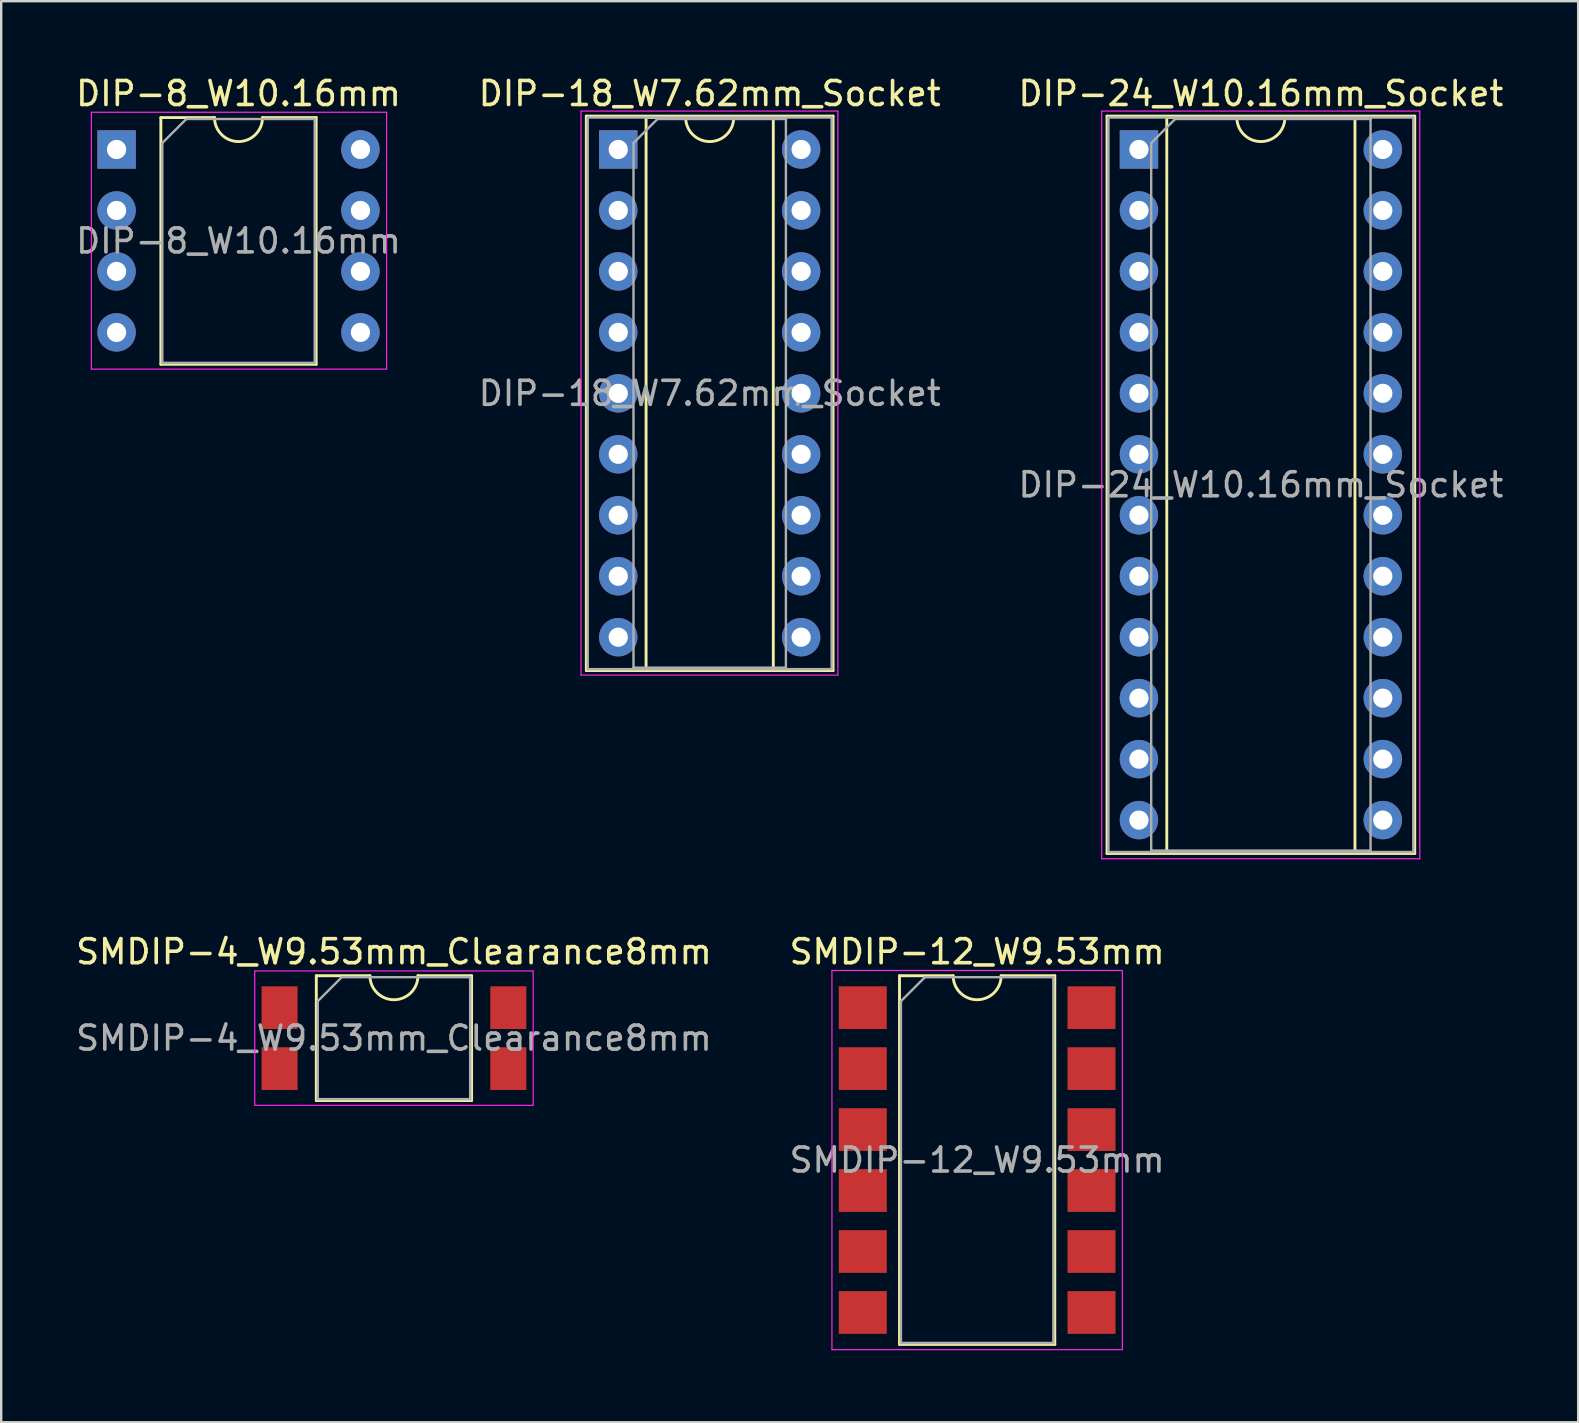
<source format=kicad_pcb>
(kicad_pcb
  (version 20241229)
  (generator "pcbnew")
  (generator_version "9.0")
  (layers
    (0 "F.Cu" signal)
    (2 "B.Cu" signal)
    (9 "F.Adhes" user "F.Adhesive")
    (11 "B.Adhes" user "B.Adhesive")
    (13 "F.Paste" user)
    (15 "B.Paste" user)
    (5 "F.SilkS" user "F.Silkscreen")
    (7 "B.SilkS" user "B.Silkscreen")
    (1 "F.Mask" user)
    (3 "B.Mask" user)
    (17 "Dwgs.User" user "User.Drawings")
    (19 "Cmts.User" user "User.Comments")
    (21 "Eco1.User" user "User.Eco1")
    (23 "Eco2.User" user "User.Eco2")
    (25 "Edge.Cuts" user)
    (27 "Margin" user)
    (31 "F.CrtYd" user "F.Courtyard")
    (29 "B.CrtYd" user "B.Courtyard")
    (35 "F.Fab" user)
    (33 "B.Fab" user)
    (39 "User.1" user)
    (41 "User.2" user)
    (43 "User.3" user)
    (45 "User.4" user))
  (footprint "DIP-24_W10.16mm_Socket"
    (layer "F.Cu")
    (at 44.402 3.178)
    (property "Reference" "DIP-24_W10.16mm_Socket" (at 5.08 -2.33 0) (layer "F.SilkS") (effects (font (size 1 1) (thickness 0.15))))
    (attr through_hole)
    (fp_line (start -1.33 -1.39) (end -1.33 29.33) (stroke (width 0.12) (type solid)) (layer "F.SilkS"))
    (fp_line (start -1.33 29.33) (end 11.49 29.33) (stroke (width 0.12) (type solid)) (layer "F.SilkS"))
    (fp_line (start 1.16 -1.33) (end 1.16 29.27) (stroke (width 0.12) (type solid)) (layer "F.SilkS"))
    (fp_line (start 1.16 29.27) (end 9 29.27) (stroke (width 0.12) (type solid)) (layer "F.SilkS"))
    (fp_line (start 4.08 -1.33) (end 1.16 -1.33) (stroke (width 0.12) (type solid)) (layer "F.SilkS"))
    (fp_line (start 9 -1.33) (end 6.08 -1.33) (stroke (width 0.12) (type solid)) (layer "F.SilkS"))
    (fp_line (start 9 29.27) (end 9 -1.33) (stroke (width 0.12) (type solid)) (layer "F.SilkS"))
    (fp_line (start 11.49 -1.39) (end -1.33 -1.39) (stroke (width 0.12) (type solid)) (layer "F.SilkS"))
    (fp_line (start 11.49 29.33) (end 11.49 -1.39) (stroke (width 0.12) (type solid)) (layer "F.SilkS"))
    (fp_arc (start 6.08 -1.33) (mid 5.08 -0.33) (end 4.08 -1.33) (stroke (width 0.12) (type solid)) (layer "F.SilkS"))
    (fp_line (start -1.55 -1.6) (end -1.55 29.55) (stroke (width 0.05) (type solid)) (layer "F.CrtYd"))
    (fp_line (start -1.55 29.55) (end 11.7 29.55) (stroke (width 0.05) (type solid)) (layer "F.CrtYd"))
    (fp_line (start 11.7 -1.6) (end -1.55 -1.6) (stroke (width 0.05) (type solid)) (layer "F.CrtYd"))
    (fp_line (start 11.7 29.55) (end 11.7 -1.6) (stroke (width 0.05) (type solid)) (layer "F.CrtYd"))
    (fp_line (start -1.27 -1.33) (end -1.27 29.27) (stroke (width 0.1) (type solid)) (layer "F.Fab"))
    (fp_line (start -1.27 29.27) (end 11.43 29.27) (stroke (width 0.1) (type solid)) (layer "F.Fab"))
    (fp_line (start 0.51 -0.27) (end 1.51 -1.27) (stroke (width 0.1) (type solid)) (layer "F.Fab"))
    (fp_line (start 0.51 29.21) (end 0.51 -0.27) (stroke (width 0.1) (type solid)) (layer "F.Fab"))
    (fp_line (start 1.51 -1.27) (end 9.65 -1.27) (stroke (width 0.1) (type solid)) (layer "F.Fab"))
    (fp_line (start 9.65 -1.27) (end 9.65 29.21) (stroke (width 0.1) (type solid)) (layer "F.Fab"))
    (fp_line (start 9.65 29.21) (end 0.51 29.21) (stroke (width 0.1) (type solid)) (layer "F.Fab"))
    (fp_line (start 11.43 -1.33) (end -1.27 -1.33) (stroke (width 0.1) (type solid)) (layer "F.Fab"))
    (fp_line (start 11.43 29.27) (end 11.43 -1.33) (stroke (width 0.1) (type solid)) (layer "F.Fab"))
    (fp_text user "${REFERENCE}" (at 5.08 13.97 0) (layer "F.Fab") (effects (font (size 1 1) (thickness 0.15))))
    (pad "1" thru_hole rect (at 0 0) (size 1.6 1.6) (drill 0.8) (layers "*.Cu" "*.Mask"))
    (pad "2" thru_hole oval (at 0 2.54) (size 1.6 1.6) (drill 0.8) (layers "*.Cu" "*.Mask"))
    (pad "3" thru_hole oval (at 0 5.08) (size 1.6 1.6) (drill 0.8) (layers "*.Cu" "*.Mask"))
    (pad "4" thru_hole oval (at 0 7.62) (size 1.6 1.6) (drill 0.8) (layers "*.Cu" "*.Mask"))
    (pad "5" thru_hole oval (at 0 10.16) (size 1.6 1.6) (drill 0.8) (layers "*.Cu" "*.Mask"))
    (pad "6" thru_hole oval (at 0 12.7) (size 1.6 1.6) (drill 0.8) (layers "*.Cu" "*.Mask"))
    (pad "7" thru_hole oval (at 0 15.24) (size 1.6 1.6) (drill 0.8) (layers "*.Cu" "*.Mask"))
    (pad "8" thru_hole oval (at 0 17.78) (size 1.6 1.6) (drill 0.8) (layers "*.Cu" "*.Mask"))
    (pad "9" thru_hole oval (at 0 20.32) (size 1.6 1.6) (drill 0.8) (layers "*.Cu" "*.Mask"))
    (pad "10" thru_hole oval (at 0 22.86) (size 1.6 1.6) (drill 0.8) (layers "*.Cu" "*.Mask"))
    (pad "11" thru_hole oval (at 0 25.4) (size 1.6 1.6) (drill 0.8) (layers "*.Cu" "*.Mask"))
    (pad "12" thru_hole oval (at 0 27.94) (size 1.6 1.6) (drill 0.8) (layers "*.Cu" "*.Mask"))
    (pad "13" thru_hole oval (at 10.16 27.94) (size 1.6 1.6) (drill 0.8) (layers "*.Cu" "*.Mask"))
    (pad "14" thru_hole oval (at 10.16 25.4) (size 1.6 1.6) (drill 0.8) (layers "*.Cu" "*.Mask"))
    (pad "15" thru_hole oval (at 10.16 22.86) (size 1.6 1.6) (drill 0.8) (layers "*.Cu" "*.Mask"))
    (pad "16" thru_hole oval (at 10.16 20.32) (size 1.6 1.6) (drill 0.8) (layers "*.Cu" "*.Mask"))
    (pad "17" thru_hole oval (at 10.16 17.78) (size 1.6 1.6) (drill 0.8) (layers "*.Cu" "*.Mask"))
    (pad "18" thru_hole oval (at 10.16 15.24) (size 1.6 1.6) (drill 0.8) (layers "*.Cu" "*.Mask"))
    (pad "19" thru_hole oval (at 10.16 12.7) (size 1.6 1.6) (drill 0.8) (layers "*.Cu" "*.Mask"))
    (pad "20" thru_hole oval (at 10.16 10.16) (size 1.6 1.6) (drill 0.8) (layers "*.Cu" "*.Mask"))
    (pad "21" thru_hole oval (at 10.16 7.62) (size 1.6 1.6) (drill 0.8) (layers "*.Cu" "*.Mask"))
    (pad "22" thru_hole oval (at 10.16 5.08) (size 1.6 1.6) (drill 0.8) (layers "*.Cu" "*.Mask"))
    (pad "23" thru_hole oval (at 10.16 2.54) (size 1.6 1.6) (drill 0.8) (layers "*.Cu" "*.Mask"))
    (pad "24" thru_hole oval (at 10.16 0) (size 1.6 1.6) (drill 0.8) (layers "*.Cu" "*.Mask")))
  (footprint "DIP-8_W10.16mm"
    (layer "F.Cu")
    (at 1.807 3.178)
    (property "Reference" "DIP-8_W10.16mm" (at 5.08 -2.33 0) (layer "F.SilkS") (effects (font (size 1 1) (thickness 0.15))))
    (attr through_hole)
    (fp_line (start 1.845 -1.33) (end 1.845 8.95) (stroke (width 0.12) (type solid)) (layer "F.SilkS"))
    (fp_line (start 1.845 8.95) (end 8.315 8.95) (stroke (width 0.12) (type solid)) (layer "F.SilkS"))
    (fp_line (start 4.08 -1.33) (end 1.845 -1.33) (stroke (width 0.12) (type solid)) (layer "F.SilkS"))
    (fp_line (start 8.315 -1.33) (end 6.08 -1.33) (stroke (width 0.12) (type solid)) (layer "F.SilkS"))
    (fp_line (start 8.315 8.95) (end 8.315 -1.33) (stroke (width 0.12) (type solid)) (layer "F.SilkS"))
    (fp_arc (start 6.08 -1.33) (mid 5.08 -0.33) (end 4.08 -1.33) (stroke (width 0.12) (type solid)) (layer "F.SilkS"))
    (fp_line (start -1.05 -1.55) (end -1.05 9.15) (stroke (width 0.05) (type solid)) (layer "F.CrtYd"))
    (fp_line (start -1.05 9.15) (end 11.25 9.15) (stroke (width 0.05) (type solid)) (layer "F.CrtYd"))
    (fp_line (start 11.25 -1.55) (end -1.05 -1.55) (stroke (width 0.05) (type solid)) (layer "F.CrtYd"))
    (fp_line (start 11.25 9.15) (end 11.25 -1.55) (stroke (width 0.05) (type solid)) (layer "F.CrtYd"))
    (fp_line (start 1.905 -0.27) (end 2.905 -1.27) (stroke (width 0.1) (type solid)) (layer "F.Fab"))
    (fp_line (start 1.905 8.89) (end 1.905 -0.27) (stroke (width 0.1) (type solid)) (layer "F.Fab"))
    (fp_line (start 2.905 -1.27) (end 8.255 -1.27) (stroke (width 0.1) (type solid)) (layer "F.Fab"))
    (fp_line (start 8.255 -1.27) (end 8.255 8.89) (stroke (width 0.1) (type solid)) (layer "F.Fab"))
    (fp_line (start 8.255 8.89) (end 1.905 8.89) (stroke (width 0.1) (type solid)) (layer "F.Fab"))
    (fp_text user "${REFERENCE}" (at 5.08 3.81 0) (layer "F.Fab") (effects (font (size 1 1) (thickness 0.15))))
    (pad "1" thru_hole rect (at 0 0) (size 1.6 1.6) (drill 0.8) (layers "*.Cu" "*.Mask"))
    (pad "2" thru_hole oval (at 0 2.54) (size 1.6 1.6) (drill 0.8) (layers "*.Cu" "*.Mask"))
    (pad "3" thru_hole oval (at 0 5.08) (size 1.6 1.6) (drill 0.8) (layers "*.Cu" "*.Mask"))
    (pad "4" thru_hole oval (at 0 7.62) (size 1.6 1.6) (drill 0.8) (layers "*.Cu" "*.Mask"))
    (pad "5" thru_hole oval (at 10.16 7.62) (size 1.6 1.6) (drill 0.8) (layers "*.Cu" "*.Mask"))
    (pad "6" thru_hole oval (at 10.16 5.08) (size 1.6 1.6) (drill 0.8) (layers "*.Cu" "*.Mask"))
    (pad "7" thru_hole oval (at 10.16 2.54) (size 1.6 1.6) (drill 0.8) (layers "*.Cu" "*.Mask"))
    (pad "8" thru_hole oval (at 10.16 0) (size 1.6 1.6) (drill 0.8) (layers "*.Cu" "*.Mask")))
  (footprint "SMDIP-12_W9.53mm"
    (layer "F.Cu")
    (at 37.661 45.282)
    (property "Reference" "SMDIP-12_W9.53mm" (at 0 -8.68 0) (layer "F.SilkS") (effects (font (size 1 1) (thickness 0.15))))
    (attr smd)
    (fp_line (start -3.235 -7.68) (end -3.235 7.68) (stroke (width 0.12) (type solid)) (layer "F.SilkS"))
    (fp_line (start -3.235 7.68) (end 3.235 7.68) (stroke (width 0.12) (type solid)) (layer "F.SilkS"))
    (fp_line (start -1 -7.68) (end -3.235 -7.68) (stroke (width 0.12) (type solid)) (layer "F.SilkS"))
    (fp_line (start 3.235 -7.68) (end 1 -7.68) (stroke (width 0.12) (type solid)) (layer "F.SilkS"))
    (fp_line (start 3.235 7.68) (end 3.235 -7.68) (stroke (width 0.12) (type solid)) (layer "F.SilkS"))
    (fp_arc (start 1 -7.68) (mid 0 -6.68) (end -1 -7.68) (stroke (width 0.12) (type solid)) (layer "F.SilkS"))
    (fp_line (start -6.05 -7.9) (end -6.05 7.9) (stroke (width 0.05) (type solid)) (layer "F.CrtYd"))
    (fp_line (start -6.05 7.9) (end 6.05 7.9) (stroke (width 0.05) (type solid)) (layer "F.CrtYd"))
    (fp_line (start 6.05 -7.9) (end -6.05 -7.9) (stroke (width 0.05) (type solid)) (layer "F.CrtYd"))
    (fp_line (start 6.05 7.9) (end 6.05 -7.9) (stroke (width 0.05) (type solid)) (layer "F.CrtYd"))
    (fp_line (start -3.175 -6.62) (end -2.175 -7.62) (stroke (width 0.1) (type solid)) (layer "F.Fab"))
    (fp_line (start -3.175 7.62) (end -3.175 -6.62) (stroke (width 0.1) (type solid)) (layer "F.Fab"))
    (fp_line (start -2.175 -7.62) (end 3.175 -7.62) (stroke (width 0.1) (type solid)) (layer "F.Fab"))
    (fp_line (start 3.175 -7.62) (end 3.175 7.62) (stroke (width 0.1) (type solid)) (layer "F.Fab"))
    (fp_line (start 3.175 7.62) (end -3.175 7.62) (stroke (width 0.1) (type solid)) (layer "F.Fab"))
    (fp_text user "${REFERENCE}" (at 0 0 0) (layer "F.Fab") (effects (font (size 1 1) (thickness 0.15))))
    (pad "1" smd rect (at -4.765 -6.35) (size 2 1.78) (layers "F.Cu" "F.Mask" "F.Paste"))
    (pad "2" smd rect (at -4.765 -3.81) (size 2 1.78) (layers "F.Cu" "F.Mask" "F.Paste"))
    (pad "3" smd rect (at -4.765 -1.27) (size 2 1.78) (layers "F.Cu" "F.Mask" "F.Paste"))
    (pad "4" smd rect (at -4.765 1.27) (size 2 1.78) (layers "F.Cu" "F.Mask" "F.Paste"))
    (pad "5" smd rect (at -4.765 3.81) (size 2 1.78) (layers "F.Cu" "F.Mask" "F.Paste"))
    (pad "6" smd rect (at -4.765 6.35) (size 2 1.78) (layers "F.Cu" "F.Mask" "F.Paste"))
    (pad "7" smd rect (at 4.765 6.35) (size 2 1.78) (layers "F.Cu" "F.Mask" "F.Paste"))
    (pad "8" smd rect (at 4.765 3.81) (size 2 1.78) (layers "F.Cu" "F.Mask" "F.Paste"))
    (pad "9" smd rect (at 4.765 1.27) (size 2 1.78) (layers "F.Cu" "F.Mask" "F.Paste"))
    (pad "10" smd rect (at 4.765 -1.27) (size 2 1.78) (layers "F.Cu" "F.Mask" "F.Paste"))
    (pad "11" smd rect (at 4.765 -3.81) (size 2 1.78) (layers "F.Cu" "F.Mask" "F.Paste"))
    (pad "12" smd rect (at 4.765 -6.35) (size 2 1.78) (layers "F.Cu" "F.Mask" "F.Paste")))
  (footprint "SMDIP-4_W9.53mm_Clearance8mm"
    (layer "F.Cu")
    (at 13.363 40.202)
    (property "Reference" "SMDIP-4_W9.53mm_Clearance8mm" (at 0 -3.6 0) (layer "F.SilkS") (effects (font (size 1 1) (thickness 0.15))))
    (attr smd)
    (fp_line (start -3.235 -2.6) (end -3.235 2.6) (stroke (width 0.12) (type solid)) (layer "F.SilkS"))
    (fp_line (start -3.235 2.6) (end 3.235 2.6) (stroke (width 0.12) (type solid)) (layer "F.SilkS"))
    (fp_line (start -1 -2.6) (end -3.235 -2.6) (stroke (width 0.12) (type solid)) (layer "F.SilkS"))
    (fp_line (start 3.235 -2.6) (end 1 -2.6) (stroke (width 0.12) (type solid)) (layer "F.SilkS"))
    (fp_line (start 3.235 2.6) (end 3.235 -2.6) (stroke (width 0.12) (type solid)) (layer "F.SilkS"))
    (fp_arc (start 1 -2.6) (mid 0 -1.6) (end -1 -2.6) (stroke (width 0.12) (type solid)) (layer "F.SilkS"))
    (fp_line (start -5.8 -2.8) (end -5.8 2.8) (stroke (width 0.05) (type solid)) (layer "F.CrtYd"))
    (fp_line (start -5.8 2.8) (end 5.8 2.8) (stroke (width 0.05) (type solid)) (layer "F.CrtYd"))
    (fp_line (start 5.8 -2.8) (end -5.8 -2.8) (stroke (width 0.05) (type solid)) (layer "F.CrtYd"))
    (fp_line (start 5.8 2.8) (end 5.8 -2.8) (stroke (width 0.05) (type solid)) (layer "F.CrtYd"))
    (fp_line (start -3.175 -1.54) (end -2.175 -2.54) (stroke (width 0.1) (type solid)) (layer "F.Fab"))
    (fp_line (start -3.175 2.54) (end -3.175 -1.54) (stroke (width 0.1) (type solid)) (layer "F.Fab"))
    (fp_line (start -2.175 -2.54) (end 3.175 -2.54) (stroke (width 0.1) (type solid)) (layer "F.Fab"))
    (fp_line (start 3.175 -2.54) (end 3.175 2.54) (stroke (width 0.1) (type solid)) (layer "F.Fab"))
    (fp_line (start 3.175 2.54) (end -3.175 2.54) (stroke (width 0.1) (type solid)) (layer "F.Fab"))
    (fp_text user "${REFERENCE}" (at 0 0 0) (layer "F.Fab") (effects (font (size 1 1) (thickness 0.15))))
    (pad "1" smd rect (at -4.765 -1.27) (size 1.5 1.78) (layers "F.Cu" "F.Mask" "F.Paste"))
    (pad "2" smd rect (at -4.765 1.27) (size 1.5 1.78) (layers "F.Cu" "F.Mask" "F.Paste"))
    (pad "3" smd rect (at 4.765 1.27) (size 1.5 1.78) (layers "F.Cu" "F.Mask" "F.Paste"))
    (pad "4" smd rect (at 4.765 -1.27) (size 1.5 1.78) (layers "F.Cu" "F.Mask" "F.Paste")))
  (footprint "DIP-18_W7.62mm_Socket"
    (layer "F.Cu")
    (at 22.708 3.178)
    (property "Reference" "DIP-18_W7.62mm_Socket" (at 3.81 -2.33 0) (layer "F.SilkS") (effects (font (size 1 1) (thickness 0.15))))
    (attr through_hole)
    (fp_line (start -1.33 -1.39) (end -1.33 21.71) (stroke (width 0.12) (type solid)) (layer "F.SilkS"))
    (fp_line (start -1.33 21.71) (end 8.95 21.71) (stroke (width 0.12) (type solid)) (layer "F.SilkS"))
    (fp_line (start 1.16 -1.33) (end 1.16 21.65) (stroke (width 0.12) (type solid)) (layer "F.SilkS"))
    (fp_line (start 1.16 21.65) (end 6.46 21.65) (stroke (width 0.12) (type solid)) (layer "F.SilkS"))
    (fp_line (start 2.81 -1.33) (end 1.16 -1.33) (stroke (width 0.12) (type solid)) (layer "F.SilkS"))
    (fp_line (start 6.46 -1.33) (end 4.81 -1.33) (stroke (width 0.12) (type solid)) (layer "F.SilkS"))
    (fp_line (start 6.46 21.65) (end 6.46 -1.33) (stroke (width 0.12) (type solid)) (layer "F.SilkS"))
    (fp_line (start 8.95 -1.39) (end -1.33 -1.39) (stroke (width 0.12) (type solid)) (layer "F.SilkS"))
    (fp_line (start 8.95 21.71) (end 8.95 -1.39) (stroke (width 0.12) (type solid)) (layer "F.SilkS"))
    (fp_arc (start 4.81 -1.33) (mid 3.81 -0.33) (end 2.81 -1.33) (stroke (width 0.12) (type solid)) (layer "F.SilkS"))
    (fp_line (start -1.55 -1.6) (end -1.55 21.9) (stroke (width 0.05) (type solid)) (layer "F.CrtYd"))
    (fp_line (start -1.55 21.9) (end 9.15 21.9) (stroke (width 0.05) (type solid)) (layer "F.CrtYd"))
    (fp_line (start 9.15 -1.6) (end -1.55 -1.6) (stroke (width 0.05) (type solid)) (layer "F.CrtYd"))
    (fp_line (start 9.15 21.9) (end 9.15 -1.6) (stroke (width 0.05) (type solid)) (layer "F.CrtYd"))
    (fp_line (start -1.27 -1.33) (end -1.27 21.65) (stroke (width 0.1) (type solid)) (layer "F.Fab"))
    (fp_line (start -1.27 21.65) (end 8.89 21.65) (stroke (width 0.1) (type solid)) (layer "F.Fab"))
    (fp_line (start 0.635 -0.27) (end 1.635 -1.27) (stroke (width 0.1) (type solid)) (layer "F.Fab"))
    (fp_line (start 0.635 21.59) (end 0.635 -0.27) (stroke (width 0.1) (type solid)) (layer "F.Fab"))
    (fp_line (start 1.635 -1.27) (end 6.985 -1.27) (stroke (width 0.1) (type solid)) (layer "F.Fab"))
    (fp_line (start 6.985 -1.27) (end 6.985 21.59) (stroke (width 0.1) (type solid)) (layer "F.Fab"))
    (fp_line (start 6.985 21.59) (end 0.635 21.59) (stroke (width 0.1) (type solid)) (layer "F.Fab"))
    (fp_line (start 8.89 -1.33) (end -1.27 -1.33) (stroke (width 0.1) (type solid)) (layer "F.Fab"))
    (fp_line (start 8.89 21.65) (end 8.89 -1.33) (stroke (width 0.1) (type solid)) (layer "F.Fab"))
    (fp_text user "${REFERENCE}" (at 3.81 10.16 0) (layer "F.Fab") (effects (font (size 1 1) (thickness 0.15))))
    (pad "1" thru_hole rect (at 0 0) (size 1.6 1.6) (drill 0.8) (layers "*.Cu" "*.Mask"))
    (pad "2" thru_hole oval (at 0 2.54) (size 1.6 1.6) (drill 0.8) (layers "*.Cu" "*.Mask"))
    (pad "3" thru_hole oval (at 0 5.08) (size 1.6 1.6) (drill 0.8) (layers "*.Cu" "*.Mask"))
    (pad "4" thru_hole oval (at 0 7.62) (size 1.6 1.6) (drill 0.8) (layers "*.Cu" "*.Mask"))
    (pad "5" thru_hole oval (at 0 10.16) (size 1.6 1.6) (drill 0.8) (layers "*.Cu" "*.Mask"))
    (pad "6" thru_hole oval (at 0 12.7) (size 1.6 1.6) (drill 0.8) (layers "*.Cu" "*.Mask"))
    (pad "7" thru_hole oval (at 0 15.24) (size 1.6 1.6) (drill 0.8) (layers "*.Cu" "*.Mask"))
    (pad "8" thru_hole oval (at 0 17.78) (size 1.6 1.6) (drill 0.8) (layers "*.Cu" "*.Mask"))
    (pad "9" thru_hole oval (at 0 20.32) (size 1.6 1.6) (drill 0.8) (layers "*.Cu" "*.Mask"))
    (pad "10" thru_hole oval (at 7.62 20.32) (size 1.6 1.6) (drill 0.8) (layers "*.Cu" "*.Mask"))
    (pad "11" thru_hole oval (at 7.62 17.78) (size 1.6 1.6) (drill 0.8) (layers "*.Cu" "*.Mask"))
    (pad "12" thru_hole oval (at 7.62 15.24) (size 1.6 1.6) (drill 0.8) (layers "*.Cu" "*.Mask"))
    (pad "13" thru_hole oval (at 7.62 12.7) (size 1.6 1.6) (drill 0.8) (layers "*.Cu" "*.Mask"))
    (pad "14" thru_hole oval (at 7.62 10.16) (size 1.6 1.6) (drill 0.8) (layers "*.Cu" "*.Mask"))
    (pad "15" thru_hole oval (at 7.62 7.62) (size 1.6 1.6) (drill 0.8) (layers "*.Cu" "*.Mask"))
    (pad "16" thru_hole oval (at 7.62 5.08) (size 1.6 1.6) (drill 0.8) (layers "*.Cu" "*.Mask"))
    (pad "17" thru_hole oval (at 7.62 2.54) (size 1.6 1.6) (drill 0.8) (layers "*.Cu" "*.Mask"))
    (pad "18" thru_hole oval (at 7.62 0) (size 1.6 1.6) (drill 0.8) (layers "*.Cu" "*.Mask")))
  (gr_rect
    (start -3 -3)
    (end 62.702 56.206)
    (stroke (width 0.1) (type default))
    (fill no)
    (layer "Edge.Cuts")))
</source>
